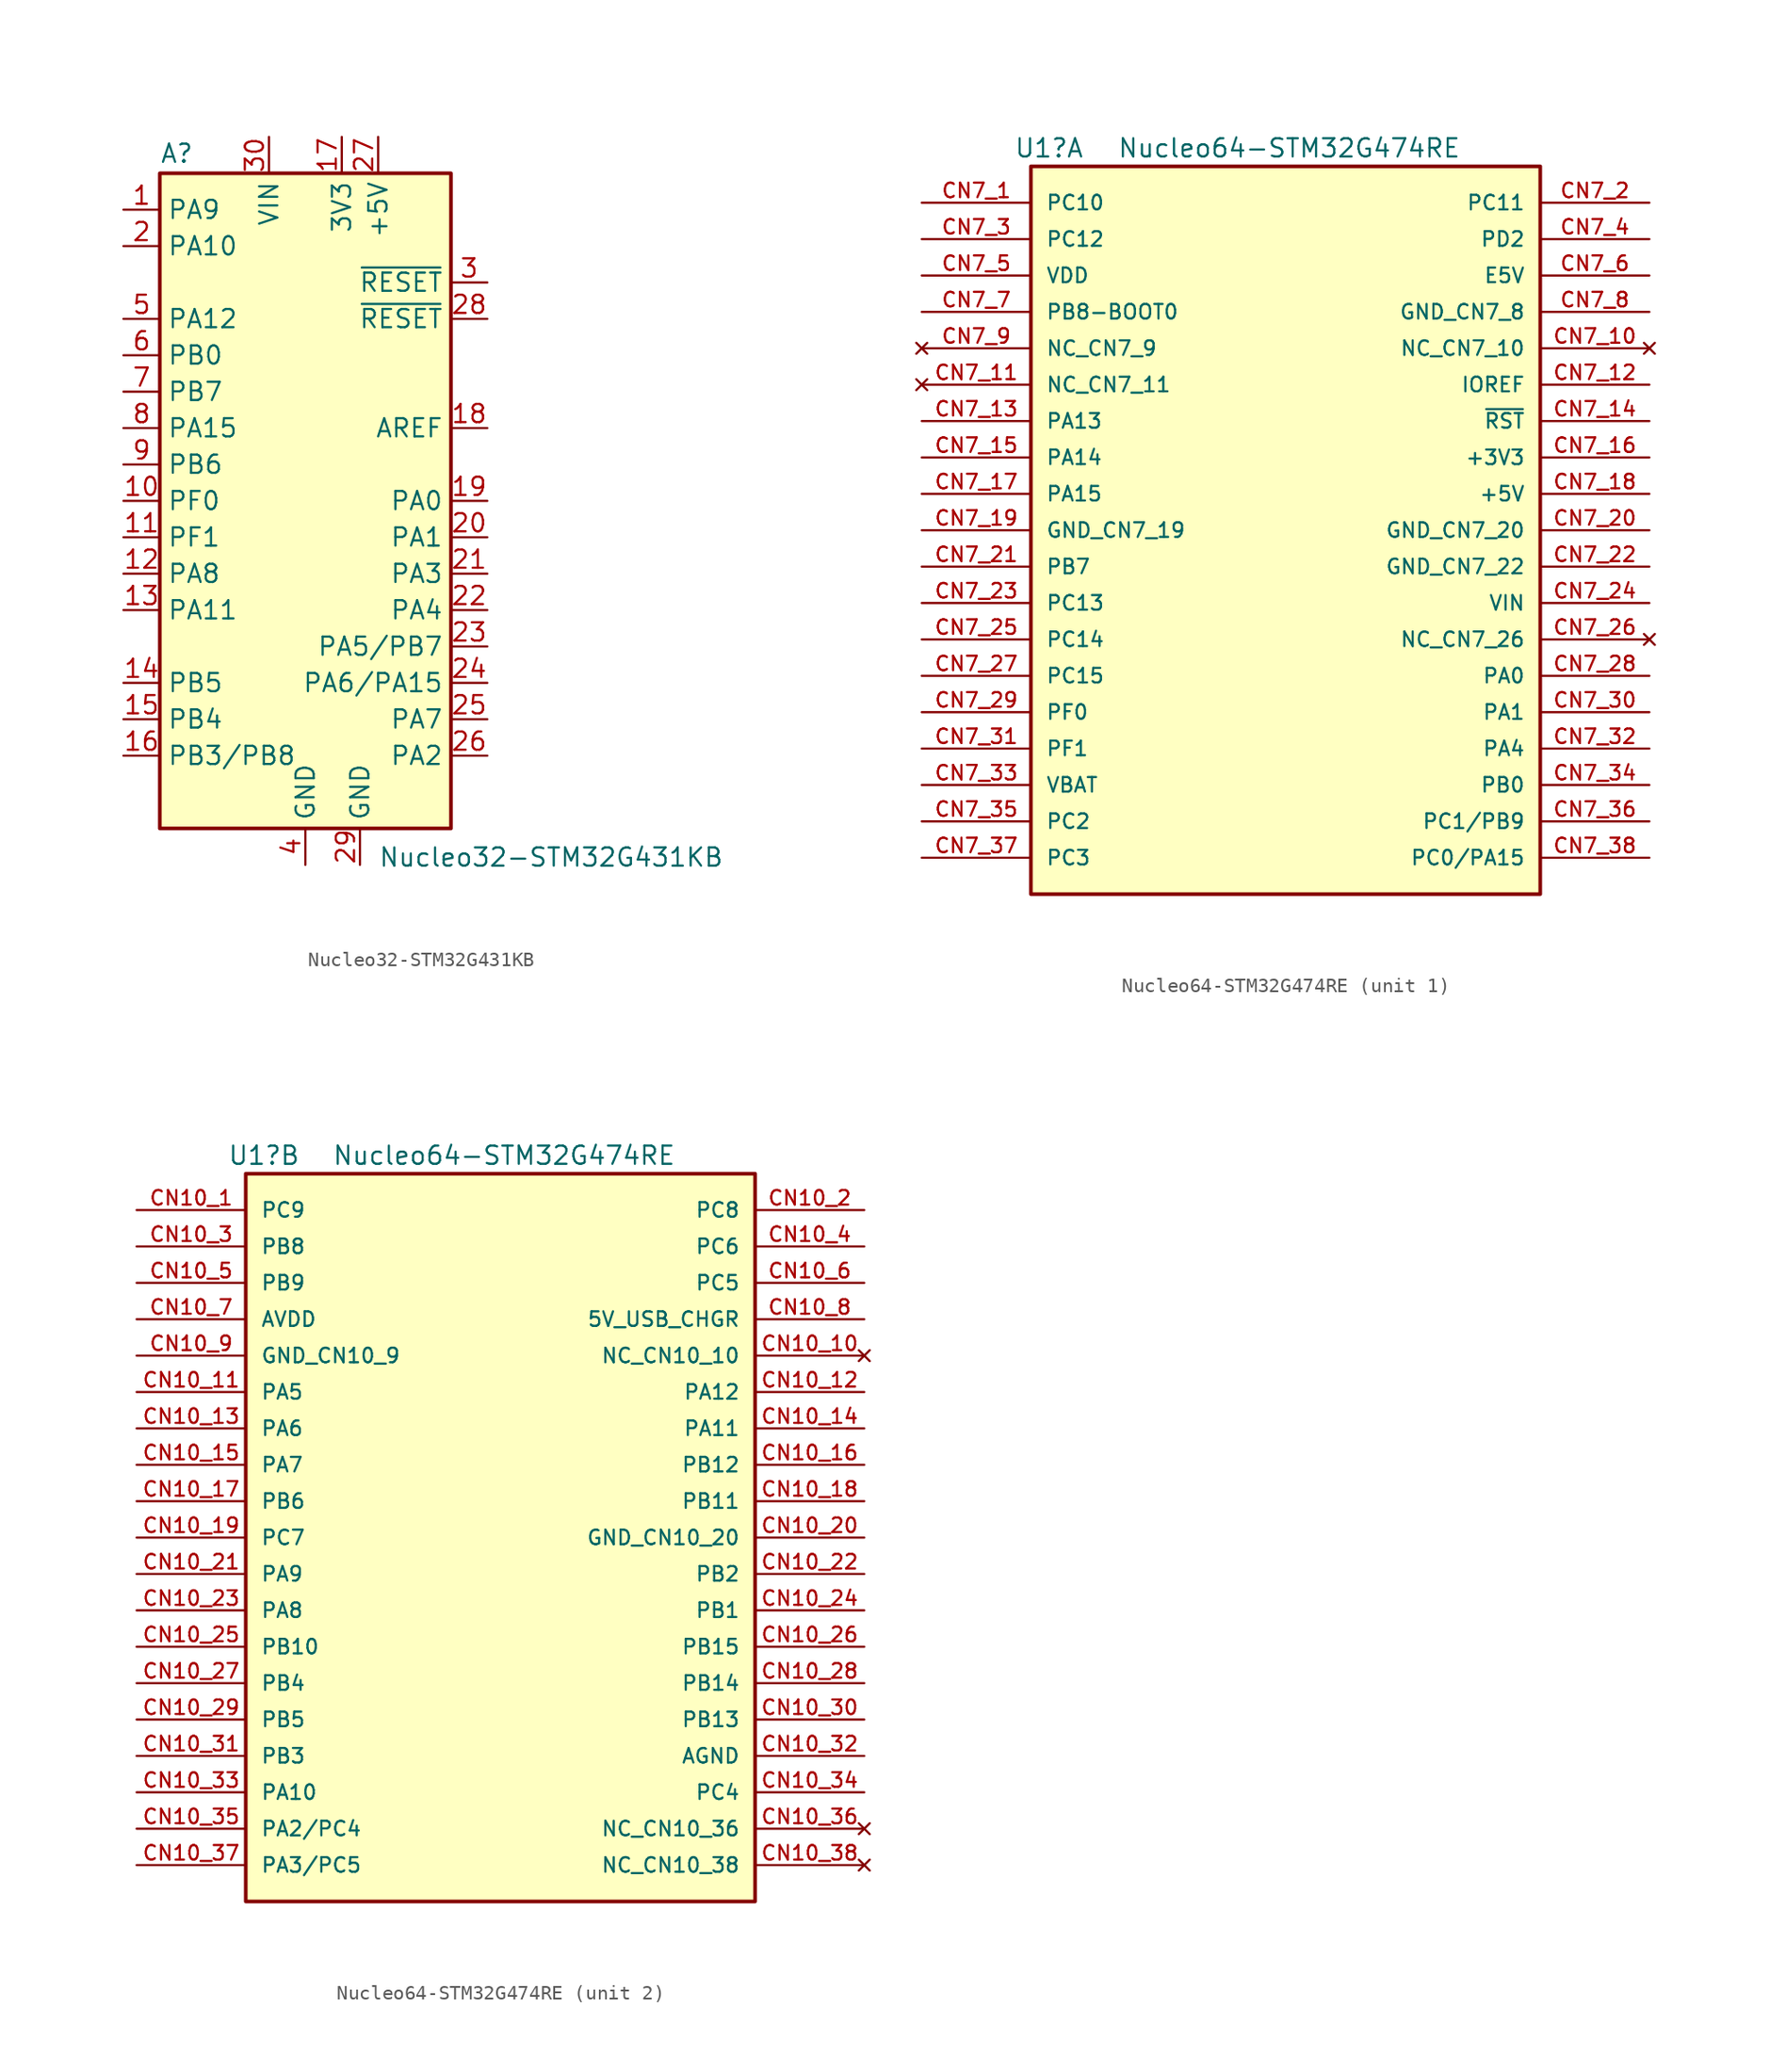
<source format=kicad_sym>
(kicad_symbol_lib
  (version 20231120)
  (generator "kicad_symbol_editor")
  (generator_version "8.0")
  (symbol "Nucleo32-STM32G431KB"
    (property "Reference" "A"
      (at -10.16 23.495 0)
      (effects (font (size 1.27 1.27)) (justify left bottom)))
    (property "Value" "Nucleo32-STM32G431KB"
      (at 5.08 -24.13 0)
      (effects (font (size 1.27 1.27)) (justify left top)))
    (symbol "Nucleo32-STM32G431KB_0_1"
      (rectangle (start -10.16 22.86) (end 10.16 -22.86) (stroke (width 0.254) (type default)) (fill (type background))))
    (symbol "Nucleo32-STM32G431KB_1_1"
      (pin bidirectional line (at -12.7 20.32 0) (length 2.54) (name "PA9" (effects (font (size 1.27 1.27)))) (number "1" (effects (font (size 1.27 1.27)))))
      (pin bidirectional line (at -12.7 0 0) (length 2.54) (name "PF0" (effects (font (size 1.27 1.27)))) (number "10" (effects (font (size 1.27 1.27)))))
      (pin bidirectional line (at -12.7 -2.54 0) (length 2.54) (name "PF1" (effects (font (size 1.27 1.27)))) (number "11" (effects (font (size 1.27 1.27)))))
      (pin bidirectional line (at -12.7 -5.08 0) (length 2.54) (name "PA8" (effects (font (size 1.27 1.27)))) (number "12" (effects (font (size 1.27 1.27)))))
      (pin bidirectional line (at -12.7 -7.62 0) (length 2.54) (name "PA11" (effects (font (size 1.27 1.27)))) (number "13" (effects (font (size 1.27 1.27)))))
      (pin bidirectional line (at -12.7 -12.7 0) (length 2.54) (name "PB5" (effects (font (size 1.27 1.27)))) (number "14" (effects (font (size 1.27 1.27)))))
      (pin bidirectional line (at -12.7 -15.24 0) (length 2.54) (name "PB4" (effects (font (size 1.27 1.27)))) (number "15" (effects (font (size 1.27 1.27)))))
      (pin bidirectional line (at -12.7 -17.78 0) (length 2.54) (name "PB3/PB8" (effects (font (size 1.27 1.27)))) (number "16" (effects (font (size 1.27 1.27)))))
      (pin power_out line (at 2.54 25.4 270) (length 2.54) (name "3V3" (effects (font (size 1.27 1.27)))) (number "17" (effects (font (size 1.27 1.27)))))
      (pin input line (at 12.7 5.08 180) (length 2.54) (name "AREF" (effects (font (size 1.27 1.27)))) (number "18" (effects (font (size 1.27 1.27)))))
      (pin bidirectional line (at 12.7 0 180) (length 2.54) (name "PA0" (effects (font (size 1.27 1.27)))) (number "19" (effects (font (size 1.27 1.27)))))
      (pin bidirectional line (at -12.7 17.78 0) (length 2.54) (name "PA10" (effects (font (size 1.27 1.27)))) (number "2" (effects (font (size 1.27 1.27)))))
      (pin bidirectional line (at 12.7 -2.54 180) (length 2.54) (name "PA1" (effects (font (size 1.27 1.27)))) (number "20" (effects (font (size 1.27 1.27)))))
      (pin bidirectional line (at 12.7 -5.08 180) (length 2.54) (name "PA3" (effects (font (size 1.27 1.27)))) (number "21" (effects (font (size 1.27 1.27)))))
      (pin bidirectional line (at 12.7 -7.62 180) (length 2.54) (name "PA4" (effects (font (size 1.27 1.27)))) (number "22" (effects (font (size 1.27 1.27)))))
      (pin bidirectional line (at 12.7 -10.16 180) (length 2.54) (name "PA5/PB7" (effects (font (size 1.27 1.27)))) (number "23" (effects (font (size 1.27 1.27)))))
      (pin bidirectional line (at 12.7 -12.7 180) (length 2.54) (name "PA6/PA15" (effects (font (size 1.27 1.27)))) (number "24" (effects (font (size 1.27 1.27)))))
      (pin bidirectional line (at 12.7 -15.24 180) (length 2.54) (name "PA7" (effects (font (size 1.27 1.27)))) (number "25" (effects (font (size 1.27 1.27)))))
      (pin bidirectional line (at 12.7 -17.78 180) (length 2.54) (name "PA2" (effects (font (size 1.27 1.27)))) (number "26" (effects (font (size 1.27 1.27)))))
      (pin power_out line (at 5.08 25.4 270) (length 2.54) (name "+5V" (effects (font (size 1.27 1.27)))) (number "27" (effects (font (size 1.27 1.27)))))
      (pin input line (at 12.7 12.7 180) (length 2.54) (name "~{RESET}" (effects (font (size 1.27 1.27)))) (number "28" (effects (font (size 1.27 1.27)))))
      (pin passive line (at 3.81 -25.4 90) (length 2.54) (name "GND" (effects (font (size 1.27 1.27)))) (number "29" (effects (font (size 1.27 1.27)))))
      (pin input line (at 12.7 15.24 180) (length 2.54) (name "~{RESET}" (effects (font (size 1.27 1.27)))) (number "3" (effects (font (size 1.27 1.27)))))
      (pin power_in line (at -2.54 25.4 270) (length 2.54) (name "VIN" (effects (font (size 1.27 1.27)))) (number "30" (effects (font (size 1.27 1.27)))))
      (pin power_in line (at 0 -25.4 90) (length 2.54) (name "GND" (effects (font (size 1.27 1.27)))) (number "4" (effects (font (size 1.27 1.27)))))
      (pin bidirectional line (at -12.7 12.7 0) (length 2.54) (name "PA12" (effects (font (size 1.27 1.27)))) (number "5" (effects (font (size 1.27 1.27)))))
      (pin bidirectional line (at -12.7 10.16 0) (length 2.54) (name "PB0" (effects (font (size 1.27 1.27)))) (number "6" (effects (font (size 1.27 1.27)))))
      (pin bidirectional line (at -12.7 7.62 0) (length 2.54) (name "PB7" (effects (font (size 1.27 1.27)))) (number "7" (effects (font (size 1.27 1.27)))))
      (pin bidirectional line (at -12.7 5.08 0) (length 2.54) (name "PA15" (effects (font (size 1.27 1.27)))) (number "8" (effects (font (size 1.27 1.27)))))
      (pin bidirectional line (at -12.7 2.54 0) (length 2.54) (name "PB6" (effects (font (size 1.27 1.27)))) (number "9" (effects (font (size 1.27 1.27)))))))
  (symbol "Nucleo64-STM32G474RE"
    (pin_names
      (offset 1.016))
    (property "Reference" "U1"
      (at -16.51 26.67 0)
      (effects (font (size 1.27 1.27))))
    (property "Value" "Nucleo64-STM32G474RE"
      (at 0.254 26.67 0)
      (effects (font (size 1.27 1.27))))
    (symbol "Nucleo64-STM32G474RE_1_0"
      (rectangle (start -17.78 25.4) (end 17.78 -25.4) (stroke (width 0.254) (type default)) (fill (type background)))
      (pin bidirectional line (at -25.4 22.86 0) (length 7.62) (name "PC10" (effects (font (size 1.016 1.016)))) (number "CN7_1" (effects (font (size 1.016 1.016)))))
      (pin no_connect line (at 25.4 12.7 180) (length 7.62) (name "NC_CN7_10" (effects (font (size 1.016 1.016)))) (number "CN7_10" (effects (font (size 1.016 1.016)))))
      (pin no_connect line (at -25.4 10.16 0) (length 7.62) (name "NC_CN7_11" (effects (font (size 1.016 1.016)))) (number "CN7_11" (effects (font (size 1.016 1.016)))))
      (pin input line (at 25.4 10.16 180) (length 7.62) (name "IOREF" (effects (font (size 1.016 1.016)))) (number "CN7_12" (effects (font (size 1.016 1.016)))))
      (pin bidirectional line (at -25.4 7.62 0) (length 7.62) (name "PA13" (effects (font (size 1.016 1.016)))) (number "CN7_13" (effects (font (size 1.016 1.016)))))
      (pin bidirectional line (at 25.4 7.62 180) (length 7.62) (name "~{RST}" (effects (font (size 1.016 1.016)))) (number "CN7_14" (effects (font (size 1.016 1.016)))))
      (pin bidirectional line (at -25.4 5.08 0) (length 7.62) (name "PA14" (effects (font (size 1.016 1.016)))) (number "CN7_15" (effects (font (size 1.016 1.016)))))
      (pin power_in line (at 25.4 5.08 180) (length 7.62) (name "+3V3" (effects (font (size 1.016 1.016)))) (number "CN7_16" (effects (font (size 1.016 1.016)))))
      (pin bidirectional line (at -25.4 2.54 0) (length 7.62) (name "PA15" (effects (font (size 1.016 1.016)))) (number "CN7_17" (effects (font (size 1.016 1.016)))))
      (pin power_in line (at 25.4 2.54 180) (length 7.62) (name "+5V" (effects (font (size 1.016 1.016)))) (number "CN7_18" (effects (font (size 1.016 1.016)))))
      (pin power_in line (at -25.4 0 0) (length 7.62) (name "GND_CN7_19" (effects (font (size 1.016 1.016)))) (number "CN7_19" (effects (font (size 1.016 1.016)))))
      (pin bidirectional line (at 25.4 22.86 180) (length 7.62) (name "PC11" (effects (font (size 1.016 1.016)))) (number "CN7_2" (effects (font (size 1.016 1.016)))))
      (pin power_in line (at 25.4 0 180) (length 7.62) (name "GND_CN7_20" (effects (font (size 1.016 1.016)))) (number "CN7_20" (effects (font (size 1.016 1.016)))))
      (pin bidirectional line (at -25.4 -2.54 0) (length 7.62) (name "PB7" (effects (font (size 1.016 1.016)))) (number "CN7_21" (effects (font (size 1.016 1.016)))))
      (pin power_in line (at 25.4 -2.54 180) (length 7.62) (name "GND_CN7_22" (effects (font (size 1.016 1.016)))) (number "CN7_22" (effects (font (size 1.016 1.016)))))
      (pin bidirectional line (at -25.4 -5.08 0) (length 7.62) (name "PC13" (effects (font (size 1.016 1.016)))) (number "CN7_23" (effects (font (size 1.016 1.016)))))
      (pin power_in line (at 25.4 -5.08 180) (length 7.62) (name "VIN" (effects (font (size 1.016 1.016)))) (number "CN7_24" (effects (font (size 1.016 1.016)))))
      (pin bidirectional line (at -25.4 -7.62 0) (length 7.62) (name "PC14" (effects (font (size 1.016 1.016)))) (number "CN7_25" (effects (font (size 1.016 1.016)))))
      (pin no_connect line (at 25.4 -7.62 180) (length 7.62) (name "NC_CN7_26" (effects (font (size 1.016 1.016)))) (number "CN7_26" (effects (font (size 1.016 1.016)))))
      (pin bidirectional line (at -25.4 -10.16 0) (length 7.62) (name "PC15" (effects (font (size 1.016 1.016)))) (number "CN7_27" (effects (font (size 1.016 1.016)))))
      (pin bidirectional line (at 25.4 -10.16 180) (length 7.62) (name "PA0" (effects (font (size 1.016 1.016)))) (number "CN7_28" (effects (font (size 1.016 1.016)))))
      (pin bidirectional line (at -25.4 -12.7 0) (length 7.62) (name "PF0" (effects (font (size 1.016 1.016)))) (number "CN7_29" (effects (font (size 1.016 1.016)))))
      (pin bidirectional line (at -25.4 20.32 0) (length 7.62) (name "PC12" (effects (font (size 1.016 1.016)))) (number "CN7_3" (effects (font (size 1.016 1.016)))))
      (pin bidirectional line (at 25.4 -12.7 180) (length 7.62) (name "PA1" (effects (font (size 1.016 1.016)))) (number "CN7_30" (effects (font (size 1.016 1.016)))))
      (pin bidirectional line (at -25.4 -15.24 0) (length 7.62) (name "PF1" (effects (font (size 1.016 1.016)))) (number "CN7_31" (effects (font (size 1.016 1.016)))))
      (pin bidirectional line (at 25.4 -15.24 180) (length 7.62) (name "PA4" (effects (font (size 1.016 1.016)))) (number "CN7_32" (effects (font (size 1.016 1.016)))))
      (pin power_in line (at -25.4 -17.78 0) (length 7.62) (name "VBAT" (effects (font (size 1.016 1.016)))) (number "CN7_33" (effects (font (size 1.016 1.016)))))
      (pin bidirectional line (at 25.4 -17.78 180) (length 7.62) (name "PB0" (effects (font (size 1.016 1.016)))) (number "CN7_34" (effects (font (size 1.016 1.016)))))
      (pin bidirectional line (at -25.4 -20.32 0) (length 7.62) (name "PC2" (effects (font (size 1.016 1.016)))) (number "CN7_35" (effects (font (size 1.016 1.016)))))
      (pin bidirectional line (at 25.4 -20.32 180) (length 7.62) (name "PC1/PB9" (effects (font (size 1.016 1.016)))) (number "CN7_36" (effects (font (size 1.016 1.016)))))
      (pin bidirectional line (at -25.4 -22.86 0) (length 7.62) (name "PC3" (effects (font (size 1.016 1.016)))) (number "CN7_37" (effects (font (size 1.016 1.016)))))
      (pin bidirectional line (at 25.4 -22.86 180) (length 7.62) (name "PC0/PA15" (effects (font (size 1.016 1.016)))) (number "CN7_38" (effects (font (size 1.016 1.016)))))
      (pin bidirectional line (at 25.4 20.32 180) (length 7.62) (name "PD2" (effects (font (size 1.016 1.016)))) (number "CN7_4" (effects (font (size 1.016 1.016)))))
      (pin power_in line (at -25.4 17.78 0) (length 7.62) (name "VDD" (effects (font (size 1.016 1.016)))) (number "CN7_5" (effects (font (size 1.016 1.016)))))
      (pin power_in line (at 25.4 17.78 180) (length 7.62) (name "E5V" (effects (font (size 1.016 1.016)))) (number "CN7_6" (effects (font (size 1.016 1.016)))))
      (pin bidirectional line (at -25.4 15.24 0) (length 7.62) (name "PB8-BOOT0" (effects (font (size 1.016 1.016)))) (number "CN7_7" (effects (font (size 1.016 1.016)))))
      (pin power_in line (at 25.4 15.24 180) (length 7.62) (name "GND_CN7_8" (effects (font (size 1.016 1.016)))) (number "CN7_8" (effects (font (size 1.016 1.016)))))
      (pin no_connect line (at -25.4 12.7 0) (length 7.62) (name "NC_CN7_9" (effects (font (size 1.016 1.016)))) (number "CN7_9" (effects (font (size 1.016 1.016))))))
    (symbol "Nucleo64-STM32G474RE_2_0"
      (rectangle (start -17.78 25.4) (end 17.78 -25.4) (stroke (width 0.254) (type default)) (fill (type background)))
      (pin bidirectional line (at -25.4 22.86 0) (length 7.62) (name "PC9" (effects (font (size 1.016 1.016)))) (number "CN10_1" (effects (font (size 1.016 1.016)))))
      (pin no_connect line (at 25.4 12.7 180) (length 7.62) (name "NC_CN10_10" (effects (font (size 1.016 1.016)))) (number "CN10_10" (effects (font (size 1.016 1.016)))))
      (pin bidirectional line (at -25.4 10.16 0) (length 7.62) (name "PA5" (effects (font (size 1.016 1.016)))) (number "CN10_11" (effects (font (size 1.016 1.016)))))
      (pin bidirectional line (at 25.4 10.16 180) (length 7.62) (name "PA12" (effects (font (size 1.016 1.016)))) (number "CN10_12" (effects (font (size 1.016 1.016)))))
      (pin bidirectional line (at -25.4 7.62 0) (length 7.62) (name "PA6" (effects (font (size 1.016 1.016)))) (number "CN10_13" (effects (font (size 1.016 1.016)))))
      (pin bidirectional line (at 25.4 7.62 180) (length 7.62) (name "PA11" (effects (font (size 1.016 1.016)))) (number "CN10_14" (effects (font (size 1.016 1.016)))))
      (pin bidirectional line (at -25.4 5.08 0) (length 7.62) (name "PA7" (effects (font (size 1.016 1.016)))) (number "CN10_15" (effects (font (size 1.016 1.016)))))
      (pin bidirectional line (at 25.4 5.08 180) (length 7.62) (name "PB12" (effects (font (size 1.016 1.016)))) (number "CN10_16" (effects (font (size 1.016 1.016)))))
      (pin bidirectional line (at -25.4 2.54 0) (length 7.62) (name "PB6" (effects (font (size 1.016 1.016)))) (number "CN10_17" (effects (font (size 1.016 1.016)))))
      (pin bidirectional line (at 25.4 2.54 180) (length 7.62) (name "PB11" (effects (font (size 1.016 1.016)))) (number "CN10_18" (effects (font (size 1.016 1.016)))))
      (pin bidirectional line (at -25.4 0 0) (length 7.62) (name "PC7" (effects (font (size 1.016 1.016)))) (number "CN10_19" (effects (font (size 1.016 1.016)))))
      (pin bidirectional line (at 25.4 22.86 180) (length 7.62) (name "PC8" (effects (font (size 1.016 1.016)))) (number "CN10_2" (effects (font (size 1.016 1.016)))))
      (pin power_in line (at 25.4 0 180) (length 7.62) (name "GND_CN10_20" (effects (font (size 1.016 1.016)))) (number "CN10_20" (effects (font (size 1.016 1.016)))))
      (pin bidirectional line (at -25.4 -2.54 0) (length 7.62) (name "PA9" (effects (font (size 1.016 1.016)))) (number "CN10_21" (effects (font (size 1.016 1.016)))))
      (pin bidirectional line (at 25.4 -2.54 180) (length 7.62) (name "PB2" (effects (font (size 1.016 1.016)))) (number "CN10_22" (effects (font (size 1.016 1.016)))))
      (pin bidirectional line (at -25.4 -5.08 0) (length 7.62) (name "PA8" (effects (font (size 1.016 1.016)))) (number "CN10_23" (effects (font (size 1.016 1.016)))))
      (pin bidirectional line (at 25.4 -5.08 180) (length 7.62) (name "PB1" (effects (font (size 1.016 1.016)))) (number "CN10_24" (effects (font (size 1.016 1.016)))))
      (pin bidirectional line (at -25.4 -7.62 0) (length 7.62) (name "PB10" (effects (font (size 1.016 1.016)))) (number "CN10_25" (effects (font (size 1.016 1.016)))))
      (pin bidirectional line (at 25.4 -7.62 180) (length 7.62) (name "PB15" (effects (font (size 1.016 1.016)))) (number "CN10_26" (effects (font (size 1.016 1.016)))))
      (pin bidirectional line (at -25.4 -10.16 0) (length 7.62) (name "PB4" (effects (font (size 1.016 1.016)))) (number "CN10_27" (effects (font (size 1.016 1.016)))))
      (pin bidirectional line (at 25.4 -10.16 180) (length 7.62) (name "PB14" (effects (font (size 1.016 1.016)))) (number "CN10_28" (effects (font (size 1.016 1.016)))))
      (pin bidirectional line (at -25.4 -12.7 0) (length 7.62) (name "PB5" (effects (font (size 1.016 1.016)))) (number "CN10_29" (effects (font (size 1.016 1.016)))))
      (pin bidirectional line (at -25.4 20.32 0) (length 7.62) (name "PB8" (effects (font (size 1.016 1.016)))) (number "CN10_3" (effects (font (size 1.016 1.016)))))
      (pin bidirectional line (at 25.4 -12.7 180) (length 7.62) (name "PB13" (effects (font (size 1.016 1.016)))) (number "CN10_30" (effects (font (size 1.016 1.016)))))
      (pin bidirectional line (at -25.4 -15.24 0) (length 7.62) (name "PB3" (effects (font (size 1.016 1.016)))) (number "CN10_31" (effects (font (size 1.016 1.016)))))
      (pin power_in line (at 25.4 -15.24 180) (length 7.62) (name "AGND" (effects (font (size 1.016 1.016)))) (number "CN10_32" (effects (font (size 1.016 1.016)))))
      (pin bidirectional line (at -25.4 -17.78 0) (length 7.62) (name "PA10" (effects (font (size 1.016 1.016)))) (number "CN10_33" (effects (font (size 1.016 1.016)))))
      (pin bidirectional line (at 25.4 -17.78 180) (length 7.62) (name "PC4" (effects (font (size 1.016 1.016)))) (number "CN10_34" (effects (font (size 1.016 1.016)))))
      (pin bidirectional line (at -25.4 -20.32 0) (length 7.62) (name "PA2/PC4" (effects (font (size 1.016 1.016)))) (number "CN10_35" (effects (font (size 1.016 1.016)))))
      (pin no_connect line (at 25.4 -20.32 180) (length 7.62) (name "NC_CN10_36" (effects (font (size 1.016 1.016)))) (number "CN10_36" (effects (font (size 1.016 1.016)))))
      (pin bidirectional line (at -25.4 -22.86 0) (length 7.62) (name "PA3/PC5" (effects (font (size 1.016 1.016)))) (number "CN10_37" (effects (font (size 1.016 1.016)))))
      (pin no_connect line (at 25.4 -22.86 180) (length 7.62) (name "NC_CN10_38" (effects (font (size 1.016 1.016)))) (number "CN10_38" (effects (font (size 1.016 1.016)))))
      (pin bidirectional line (at 25.4 20.32 180) (length 7.62) (name "PC6" (effects (font (size 1.016 1.016)))) (number "CN10_4" (effects (font (size 1.016 1.016)))))
      (pin bidirectional line (at -25.4 17.78 0) (length 7.62) (name "PB9" (effects (font (size 1.016 1.016)))) (number "CN10_5" (effects (font (size 1.016 1.016)))))
      (pin bidirectional line (at 25.4 17.78 180) (length 7.62) (name "PC5" (effects (font (size 1.016 1.016)))) (number "CN10_6" (effects (font (size 1.016 1.016)))))
      (pin power_in line (at -25.4 15.24 0) (length 7.62) (name "AVDD" (effects (font (size 1.016 1.016)))) (number "CN10_7" (effects (font (size 1.016 1.016)))))
      (pin power_in line (at 25.4 15.24 180) (length 7.62) (name "5V_USB_CHGR" (effects (font (size 1.016 1.016)))) (number "CN10_8" (effects (font (size 1.016 1.016)))))
      (pin power_in line (at -25.4 12.7 0) (length 7.62) (name "GND_CN10_9" (effects (font (size 1.016 1.016)))) (number "CN10_9" (effects (font (size 1.016 1.016))))))))
</source>
